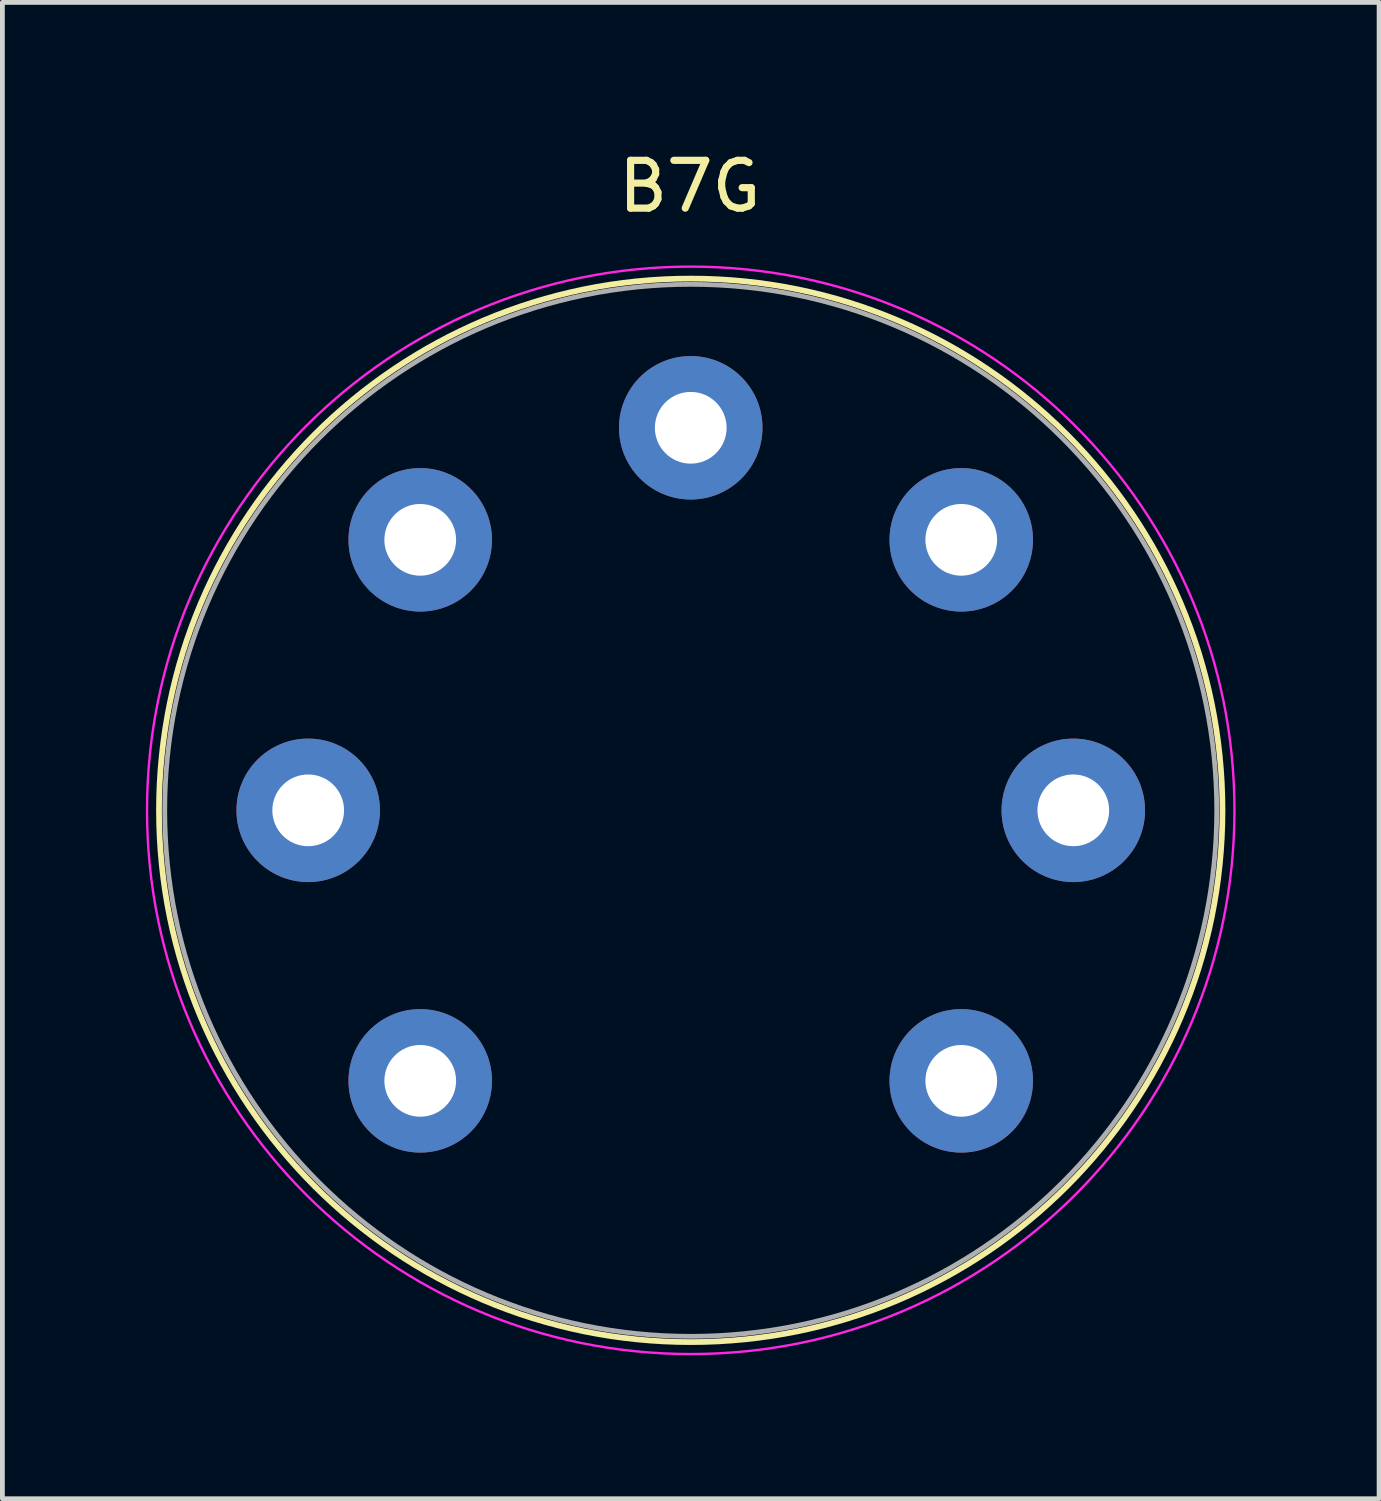
<source format=kicad_pcb>
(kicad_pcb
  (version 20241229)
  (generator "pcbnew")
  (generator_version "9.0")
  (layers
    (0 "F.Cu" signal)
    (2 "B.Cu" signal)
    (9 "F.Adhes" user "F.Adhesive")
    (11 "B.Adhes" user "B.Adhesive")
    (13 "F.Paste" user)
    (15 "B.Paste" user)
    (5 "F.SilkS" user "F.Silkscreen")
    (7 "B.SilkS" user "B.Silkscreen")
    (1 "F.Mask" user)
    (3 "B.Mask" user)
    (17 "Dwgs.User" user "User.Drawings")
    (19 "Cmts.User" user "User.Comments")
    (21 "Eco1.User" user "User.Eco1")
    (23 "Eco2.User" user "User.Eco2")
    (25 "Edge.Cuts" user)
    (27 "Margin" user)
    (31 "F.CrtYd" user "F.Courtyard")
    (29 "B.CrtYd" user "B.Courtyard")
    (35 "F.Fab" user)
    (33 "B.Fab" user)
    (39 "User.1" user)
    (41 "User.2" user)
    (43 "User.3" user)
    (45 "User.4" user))
  (footprint "B7G"
    (layer "F.Cu")
    (at 11.375 13.848)
    (property "Reference" "B7G" (at 0 -13 0) (layer "F.SilkS") (effects (font (size 1 1) (thickness 0.15))))
    (attr through_hole)
    (fp_circle (center 0.02 0.048) (end 7.883 -7.815) (stroke (width 0.12) (type solid)) (fill no) (layer "F.SilkS"))
    (fp_circle (center 0.02 0.048) (end 8.06 -7.992) (stroke (width 0.05) (type solid)) (fill no) (layer "F.CrtYd"))
    (fp_circle (center 0.02 0.048) (end 7.798 -7.73) (stroke (width 0.1) (type solid)) (fill no) (layer "F.Fab"))
    (pad "1" thru_hole oval (at -5.637 5.705 135) (size 3 3) (drill 1.5) (layers "*.Cu" "*.Mask"))
    (pad "2" thru_hole oval (at -7.98 0.048 135) (size 3 3) (drill 1.5) (layers "*.Cu" "*.Mask"))
    (pad "3" thru_hole oval (at -5.637 -5.609 135) (size 3 3) (drill 1.5) (layers "*.Cu" "*.Mask"))
    (pad "4" thru_hole oval (at 0.02 -7.952 135) (size 3 3) (drill 1.5) (layers "*.Cu" "*.Mask"))
    (pad "5" thru_hole oval (at 5.677 -5.609 135) (size 3 3) (drill 1.5) (layers "*.Cu" "*.Mask"))
    (pad "6" thru_hole oval (at 8.02 0.048 135) (size 3 3) (drill 1.5) (layers "*.Cu" "*.Mask"))
    (pad "7" thru_hole oval (at 5.677 5.705 135) (size 3 3) (drill 1.5) (layers "*.Cu" "*.Mask")))
  (gr_rect
    (start -3 -3)
    (end 25.79 28.291)
    (stroke (width 0.1) (type default))
    (fill no)
    (layer "Edge.Cuts")))
</source>
